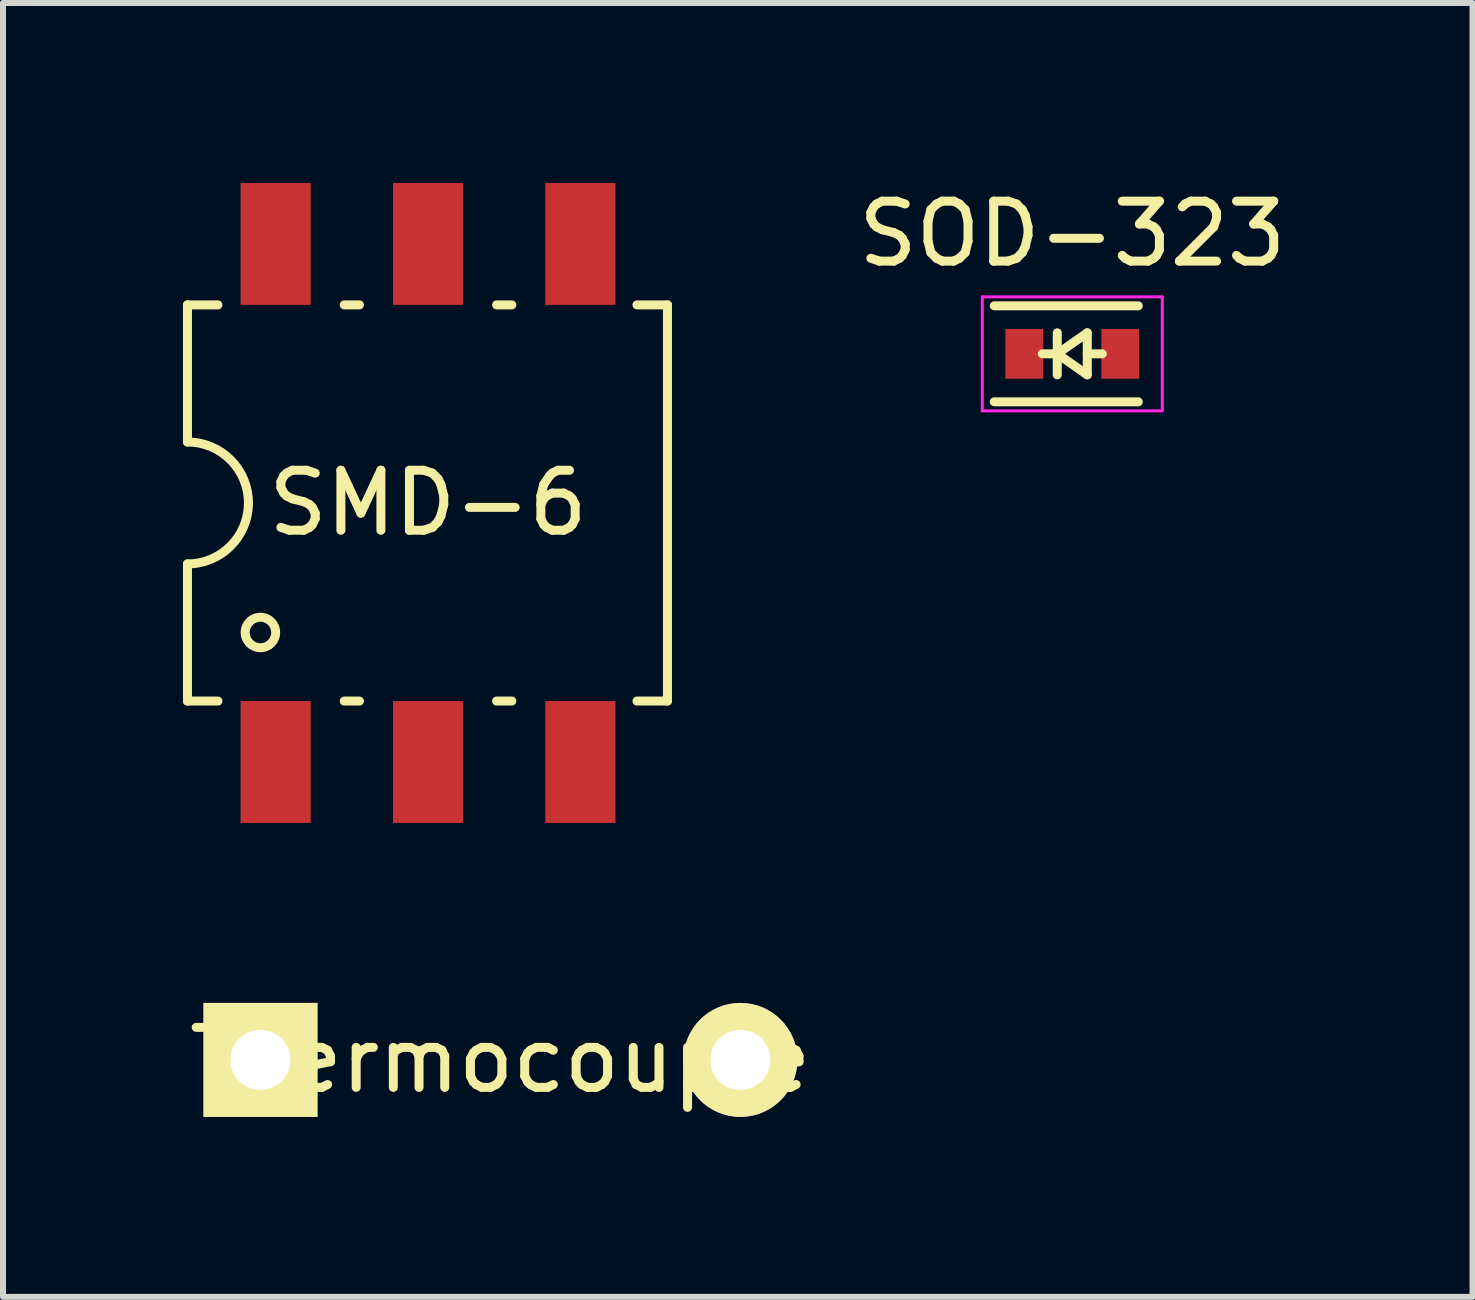
<source format=kicad_pcb>
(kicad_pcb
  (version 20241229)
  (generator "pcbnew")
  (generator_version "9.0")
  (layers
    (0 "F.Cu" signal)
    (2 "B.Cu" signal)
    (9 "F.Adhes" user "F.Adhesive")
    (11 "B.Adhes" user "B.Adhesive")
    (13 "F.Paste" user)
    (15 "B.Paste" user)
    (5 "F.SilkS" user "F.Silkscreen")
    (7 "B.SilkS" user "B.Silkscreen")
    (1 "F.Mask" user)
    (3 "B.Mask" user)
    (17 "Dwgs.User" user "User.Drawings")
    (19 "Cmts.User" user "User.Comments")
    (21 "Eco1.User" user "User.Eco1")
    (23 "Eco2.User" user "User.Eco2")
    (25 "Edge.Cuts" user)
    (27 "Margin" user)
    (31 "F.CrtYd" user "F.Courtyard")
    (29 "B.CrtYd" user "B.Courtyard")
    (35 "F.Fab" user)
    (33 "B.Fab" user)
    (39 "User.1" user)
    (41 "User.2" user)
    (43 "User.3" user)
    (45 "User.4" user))
  (footprint "Thermocouple"
    (layer "F.Cu")
    (at 5.292 14.621)
    (property "Reference" "Thermocouple" (at 0 0 0) (layer "F.SilkS") (effects (font (size 1 1) (thickness 0.15))))
    (attr through_hole)
    (pad "1" thru_hole rect (at -4 -0.003 180) (size 1.9 1.9) (drill 1.001) (layers "*.Cu" "*.Mask" "F.SilkS"))
    (pad "2" thru_hole circle (at 4 -0.003 180) (size 1.9 1.9) (drill 1.001) (layers "*.Cu" "*.Mask" "F.SilkS")))
  (footprint "SMD-6"
    (layer "F.Cu")
    (at 4.085 5.334)
    (property "Reference" "SMD-6" (at 0 0 0) (layer "F.SilkS") (effects (font (size 1 1) (thickness 0.15))))
    (attr through_hole)
    (fp_line (start -4.01 -3.302) (end -4.01 -1.016) (stroke (width 0.15) (type solid)) (layer "F.SilkS"))
    (fp_line (start -4.01 -3.302) (end -3.502 -3.302) (stroke (width 0.15) (type solid)) (layer "F.SilkS"))
    (fp_line (start -4.01 1.016) (end -4.01 3.302) (stroke (width 0.15) (type solid)) (layer "F.SilkS"))
    (fp_line (start -4.01 3.302) (end -3.502 3.302) (stroke (width 0.15) (type solid)) (layer "F.SilkS"))
    (fp_line (start -1.397 -3.302) (end -1.143 -3.302) (stroke (width 0.15) (type solid)) (layer "F.SilkS"))
    (fp_line (start -1.397 3.302) (end -1.143 3.302) (stroke (width 0.15) (type solid)) (layer "F.SilkS"))
    (fp_line (start 1.143 -3.302) (end 1.397 -3.302) (stroke (width 0.15) (type solid)) (layer "F.SilkS"))
    (fp_line (start 1.143 3.302) (end 1.397 3.302) (stroke (width 0.15) (type solid)) (layer "F.SilkS"))
    (fp_line (start 3.991 -3.302) (end 3.483 -3.302) (stroke (width 0.15) (type solid)) (layer "F.SilkS"))
    (fp_line (start 3.991 -3.302) (end 3.991 3.302) (stroke (width 0.15) (type solid)) (layer "F.SilkS"))
    (fp_line (start 3.991 3.302) (end 3.483 3.302) (stroke (width 0.15) (type solid)) (layer "F.SilkS"))
    (fp_arc (start -4.01 -1.016) (mid -3.29158 -0.71842) (end -2.994 0) (stroke (width 0.15) (type solid)) (layer "F.SilkS"))
    (fp_arc (start -2.994 0) (mid -3.29158 0.71842) (end -4.01 1.016) (stroke (width 0.15) (type solid)) (layer "F.SilkS"))
    (fp_circle (center -2.794 2.159) (end -2.54 2.159) (stroke (width 0.15) (type solid)) (fill no) (layer "F.SilkS"))
    (pad "1" smd rect (at -2.54 4.318) (size 1.168 2.032) (layers "F.Cu" "F.Mask" "F.Paste"))
    (pad "2" smd rect (at 0 4.318) (size 1.168 2.032) (layers "F.Cu" "F.Mask" "F.Paste"))
    (pad "3" smd rect (at 2.54 4.318) (size 1.168 2.032) (layers "F.Cu" "F.Mask" "F.Paste"))
    (pad "4" smd rect (at 2.54 -4.318) (size 1.168 2.032) (layers "F.Cu" "F.Mask" "F.Paste"))
    (pad "5" smd rect (at 0 -4.318) (size 1.168 2.032) (layers "F.Cu" "F.Mask" "F.Paste"))
    (pad "6" smd rect (at -2.54 -4.318) (size 1.168 2.032) (layers "F.Cu" "F.Mask" "F.Paste")))
  (footprint "SOD-323"
    (layer "F.Cu")
    (at 14.824 2.848)
    (property "Reference" "SOD-323" (at 0 -2 0) (layer "F.SilkS") (effects (font (size 1 1) (thickness 0.15))))
    (attr smd)
    (fp_line (start -1.3 -0.8) (end 1.1 -0.8) (stroke (width 0.15) (type solid)) (layer "F.SilkS"))
    (fp_line (start -1.3 0.8) (end 1.1 0.8) (stroke (width 0.15) (type solid)) (layer "F.SilkS"))
    (fp_line (start -0.25 -0.35) (end -0.25 0.35) (stroke (width 0.15) (type solid)) (layer "F.SilkS"))
    (fp_line (start -0.25 0) (end -0.5 0) (stroke (width 0.15) (type solid)) (layer "F.SilkS"))
    (fp_line (start -0.25 0) (end 0.25 -0.35) (stroke (width 0.15) (type solid)) (layer "F.SilkS"))
    (fp_line (start 0.25 -0.35) (end 0.25 0.35) (stroke (width 0.15) (type solid)) (layer "F.SilkS"))
    (fp_line (start 0.25 0) (end 0.5 0) (stroke (width 0.15) (type solid)) (layer "F.SilkS"))
    (fp_line (start 0.25 0.35) (end -0.25 0) (stroke (width 0.15) (type solid)) (layer "F.SilkS"))
    (fp_line (start -1.5 -0.95) (end -1.5 0.95) (stroke (width 0.05) (type solid)) (layer "F.CrtYd"))
    (fp_line (start -1.5 -0.95) (end 1.5 -0.95) (stroke (width 0.05) (type solid)) (layer "F.CrtYd"))
    (fp_line (start -1.5 0.95) (end 1.5 0.95) (stroke (width 0.05) (type solid)) (layer "F.CrtYd"))
    (fp_line (start 1.5 -0.95) (end 1.5 0.95) (stroke (width 0.05) (type solid)) (layer "F.CrtYd"))
    (pad "1" smd rect (at -0.8 0) (size 0.63 0.83) (layers "F.Cu" "F.Mask" "F.Paste"))
    (pad "2" smd rect (at 0.8 0) (size 0.63 0.83) (layers "F.Cu" "F.Mask" "F.Paste")))
  (gr_rect
    (start -3 -3)
    (end 21.496 18.568)
    (stroke (width 0.1) (type default))
    (fill no)
    (layer "Edge.Cuts")))
</source>
